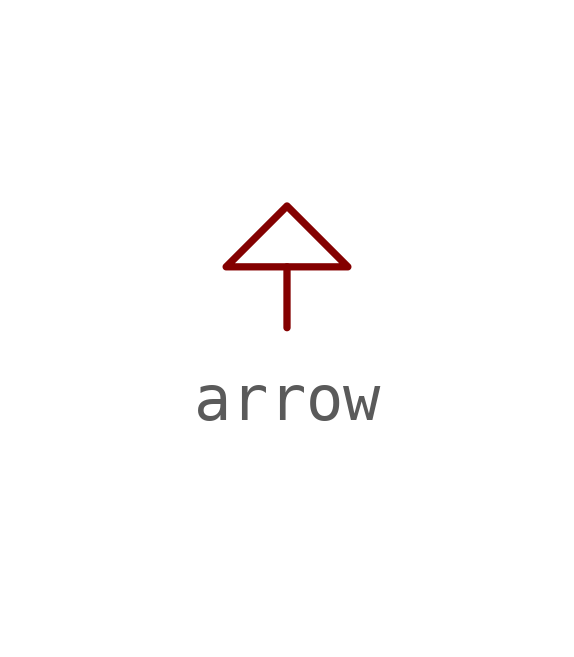
<source format=kicad_sym>
(kicad_symbol_lib
  (version 20231120)
  (generator "kicad_symbol_editor")
  (generator_version "8.0")
  (symbol "arrow"
    (power)
    (pin_numbers hide)
    (pin_names
      (offset 0))
    (property "Reference" "#PWR"
      (at 0 -1.524 0)
      (effects (font (size 1.27 1.27)) (hide yes)))
    (symbol "arrow_0_1"
      (polyline (pts (xy 0 0) (xy 0 1.27)) (stroke (width 0) (type solid)) (fill (type none)))
      (polyline (pts (xy 0 1.27) (xy -1.27 1.27) (xy 0 2.54) (xy 1.27 1.27) (xy 0 1.27)) (stroke (width 0) (type solid)) (fill (type none))))
    (symbol "arrow_1_1"
      (pin power_in line (at 0 0 90) (length 0) hide (name "~" (effects (font (size 1.27 1.27)))) (number "1" (effects (font (size 1.27 1.27))))))))
</source>
